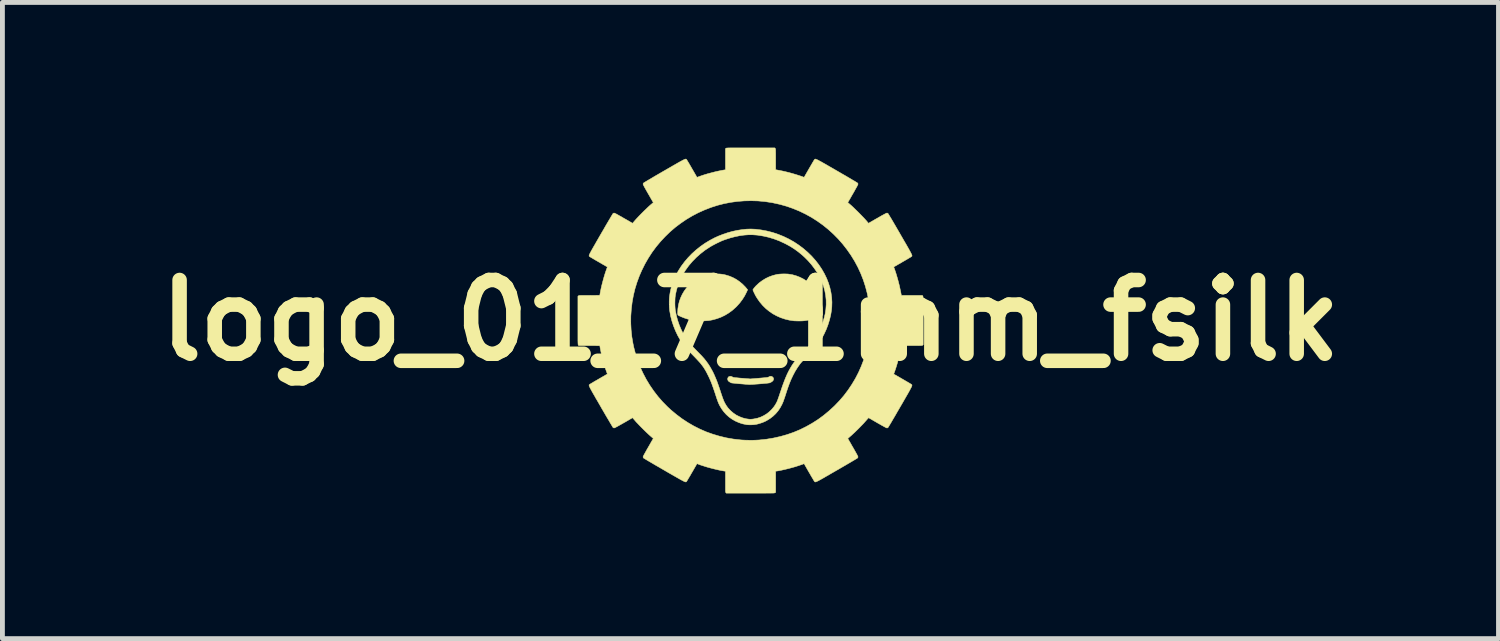
<source format=kicad_pcb>
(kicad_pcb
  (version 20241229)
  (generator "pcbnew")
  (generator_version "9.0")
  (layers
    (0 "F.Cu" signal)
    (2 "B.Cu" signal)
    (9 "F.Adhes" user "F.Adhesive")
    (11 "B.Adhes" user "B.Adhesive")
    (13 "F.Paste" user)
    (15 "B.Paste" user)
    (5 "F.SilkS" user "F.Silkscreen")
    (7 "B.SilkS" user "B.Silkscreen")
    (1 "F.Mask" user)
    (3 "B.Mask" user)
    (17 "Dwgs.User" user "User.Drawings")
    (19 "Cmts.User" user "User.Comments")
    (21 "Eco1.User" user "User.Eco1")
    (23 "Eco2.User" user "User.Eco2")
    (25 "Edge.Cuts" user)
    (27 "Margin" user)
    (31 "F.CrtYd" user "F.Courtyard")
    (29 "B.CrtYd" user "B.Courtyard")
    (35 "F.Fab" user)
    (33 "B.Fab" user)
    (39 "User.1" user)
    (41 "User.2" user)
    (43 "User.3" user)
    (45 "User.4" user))
  (footprint "logo_01_7_1mm_fsilk"
    (layer "F.Cu")
    (at 12.453 3.569)
    (property "Reference" "logo_01_7_1mm_fsilk" (at 0 0 0) (layer "F.SilkS") (effects (font (size 1.524 1.524) (thickness 0.3))))
    (attr through_hole)
    (fp_poly (pts (xy -0.638 -0.959) (xy -0.598 -0.955) (xy -0.559 -0.949) (xy -0.518 -0.94) (xy -0.507 -0.937) (xy -0.432 -0.914) (xy -0.359 -0.883) (xy -0.289 -0.845) (xy -0.223 -0.799) (xy -0.161 -0.747) (xy -0.104 -0.689) (xy -0.088 -0.67) (xy -0.058 -0.634) (xy -0.078 -0.589) (xy -0.119 -0.508) (xy -0.167 -0.432) (xy -0.222 -0.359) (xy -0.284 -0.29) (xy -0.309 -0.266) (xy -0.379 -0.204) (xy -0.453 -0.151) (xy -0.531 -0.104) (xy -0.613 -0.065) (xy -0.699 -0.034) (xy -0.788 -0.01) (xy -0.853 0.002) (xy -0.872 0.004) (xy -0.897 0.006) (xy -0.927 0.008) (xy -0.96 0.01) (xy -0.994 0.011) (xy -1.027 0.011) (xy -1.058 0.011) (xy -1.083 0.011) (xy -1.103 0.01) (xy -1.105 0.01) (xy -1.188 -0.002) (xy -1.272 -0.02) (xy -1.355 -0.046) (xy -1.434 -0.077) (xy -1.453 -0.086) (xy -1.473 -0.095) (xy -1.487 -0.103) (xy -1.496 -0.11) (xy -1.5 -0.119) (xy -1.502 -0.131) (xy -1.503 -0.149) (xy -1.503 -0.157) (xy -1.499 -0.238) (xy -1.487 -0.318) (xy -1.468 -0.395) (xy -1.441 -0.469) (xy -1.408 -0.54) (xy -1.368 -0.607) (xy -1.322 -0.67) (xy -1.27 -0.728) (xy -1.213 -0.78) (xy -1.15 -0.827) (xy -1.083 -0.868) (xy -1.011 -0.902) (xy -0.959 -0.921) (xy -0.914 -0.935) (xy -0.872 -0.945) (xy -0.83 -0.952) (xy -0.785 -0.957) (xy -0.735 -0.959) (xy -0.728 -0.96) (xy -0.68 -0.96) (xy -0.638 -0.959)) (stroke (width 0.01) (type solid)) (fill yes) (layer "F.SilkS"))
    (fp_poly (pts (xy 0.748 -0.959) (xy 0.776 -0.958) (xy 0.783 -0.957) (xy 0.865 -0.944) (xy 0.943 -0.922) (xy 1.019 -0.893) (xy 1.091 -0.857) (xy 1.158 -0.814) (xy 1.221 -0.764) (xy 1.275 -0.712) (xy 1.312 -0.67) (xy 1.345 -0.627) (xy 1.374 -0.582) (xy 1.401 -0.532) (xy 1.414 -0.506) (xy 1.44 -0.447) (xy 1.459 -0.39) (xy 1.474 -0.332) (xy 1.483 -0.271) (xy 1.488 -0.205) (xy 1.489 -0.187) (xy 1.491 -0.11) (xy 1.439 -0.085) (xy 1.366 -0.053) (xy 1.291 -0.028) (xy 1.213 -0.009) (xy 1.129 0.005) (xy 1.103 0.008) (xy 1.081 0.01) (xy 1.052 0.011) (xy 1.02 0.012) (xy 0.986 0.012) (xy 0.953 0.011) (xy 0.923 0.01) (xy 0.898 0.009) (xy 0.892 0.008) (xy 0.8 -0.006) (xy 0.71 -0.028) (xy 0.624 -0.057) (xy 0.541 -0.094) (xy 0.462 -0.137) (xy 0.388 -0.188) (xy 0.318 -0.245) (xy 0.253 -0.309) (xy 0.194 -0.379) (xy 0.141 -0.454) (xy 0.111 -0.503) (xy 0.101 -0.521) (xy 0.091 -0.542) (xy 0.08 -0.564) (xy 0.07 -0.585) (xy 0.061 -0.604) (xy 0.055 -0.619) (xy 0.051 -0.63) (xy 0.051 -0.632) (xy 0.053 -0.638) (xy 0.061 -0.649) (xy 0.071 -0.663) (xy 0.084 -0.679) (xy 0.098 -0.695) (xy 0.112 -0.711) (xy 0.12 -0.719) (xy 0.179 -0.774) (xy 0.244 -0.822) (xy 0.313 -0.865) (xy 0.386 -0.9) (xy 0.463 -0.928) (xy 0.541 -0.948) (xy 0.555 -0.951) (xy 0.579 -0.954) (xy 0.609 -0.957) (xy 0.643 -0.959) (xy 0.679 -0.96) (xy 0.715 -0.96) (xy 0.748 -0.959)) (stroke (width 0.01) (type solid)) (fill yes) (layer "F.SilkS"))
    (fp_poly (pts (xy 0.435 1.156) (xy 0.452 1.164) (xy 0.466 1.177) (xy 0.476 1.193) (xy 0.477 1.196) (xy 0.478 1.214) (xy 0.473 1.232) (xy 0.465 1.246) (xy 0.454 1.257) (xy 0.438 1.269) (xy 0.419 1.28) (xy 0.402 1.288) (xy 0.395 1.291) (xy 0.387 1.292) (xy 0.371 1.294) (xy 0.349 1.297) (xy 0.321 1.3) (xy 0.29 1.302) (xy 0.256 1.306) (xy 0.219 1.309) (xy 0.182 1.312) (xy 0.145 1.315) (xy 0.109 1.317) (xy 0.076 1.32) (xy 0.046 1.322) (xy 0.021 1.323) (xy 0.001 1.324) (xy -0.012 1.325) (xy -0.013 1.325) (xy -0.025 1.324) (xy -0.045 1.323) (xy -0.07 1.321) (xy -0.101 1.319) (xy -0.135 1.316) (xy -0.172 1.313) (xy -0.21 1.31) (xy -0.214 1.31) (xy -0.251 1.307) (xy -0.286 1.303) (xy -0.318 1.3) (xy -0.345 1.297) (xy -0.368 1.295) (xy -0.384 1.293) (xy -0.393 1.291) (xy -0.393 1.291) (xy -0.407 1.285) (xy -0.423 1.276) (xy -0.439 1.265) (xy -0.452 1.256) (xy -0.458 1.25) (xy -0.467 1.233) (xy -0.471 1.214) (xy -0.469 1.195) (xy -0.461 1.178) (xy -0.449 1.164) (xy -0.445 1.162) (xy -0.432 1.158) (xy -0.417 1.155) (xy -0.416 1.155) (xy -0.406 1.155) (xy -0.398 1.157) (xy -0.387 1.161) (xy -0.372 1.168) (xy -0.362 1.174) (xy -0.356 1.176) (xy -0.347 1.178) (xy -0.333 1.18) (xy -0.313 1.183) (xy -0.287 1.185) (xy -0.255 1.188) (xy -0.216 1.192) (xy -0.176 1.195) (xy -0.002 1.209) (xy 0.18 1.194) (xy 0.224 1.19) (xy 0.261 1.187) (xy 0.291 1.184) (xy 0.315 1.182) (xy 0.333 1.18) (xy 0.347 1.178) (xy 0.358 1.176) (xy 0.365 1.174) (xy 0.37 1.172) (xy 0.374 1.17) (xy 0.375 1.17) (xy 0.398 1.158) (xy 0.421 1.154) (xy 0.435 1.156)) (stroke (width 0.01) (type solid)) (fill yes) (layer "F.SilkS"))
    (fp_poly (pts (xy 0.094 -1.884) (xy 0.099 -1.884) (xy 0.22 -1.869) (xy 0.339 -1.847) (xy 0.457 -1.817) (xy 0.571 -1.779) (xy 0.683 -1.734) (xy 0.791 -1.682) (xy 0.895 -1.624) (xy 0.995 -1.558) (xy 1.09 -1.487) (xy 1.181 -1.409) (xy 1.266 -1.326) (xy 1.345 -1.237) (xy 1.413 -1.149) (xy 1.474 -1.058) (xy 1.528 -0.964) (xy 1.574 -0.869) (xy 1.612 -0.772) (xy 1.642 -0.674) (xy 1.664 -0.575) (xy 1.678 -0.476) (xy 1.684 -0.376) (xy 1.681 -0.277) (xy 1.674 -0.207) (xy 1.658 -0.109) (xy 1.633 -0.008) (xy 1.602 0.092) (xy 1.564 0.191) (xy 1.519 0.288) (xy 1.469 0.38) (xy 1.457 0.4) (xy 1.44 0.428) (xy 1.423 0.454) (xy 1.406 0.479) (xy 1.389 0.503) (xy 1.37 0.527) (xy 1.349 0.553) (xy 1.325 0.58) (xy 1.298 0.609) (xy 1.267 0.642) (xy 1.231 0.68) (xy 1.19 0.722) (xy 1.179 0.732) (xy 1.151 0.761) (xy 1.124 0.789) (xy 1.099 0.815) (xy 1.076 0.84) (xy 1.056 0.862) (xy 1.04 0.88) (xy 1.03 0.892) (xy 1.029 0.893) (xy 0.973 0.972) (xy 0.921 1.056) (xy 0.881 1.132) (xy 0.859 1.178) (xy 0.838 1.223) (xy 0.819 1.269) (xy 0.8 1.317) (xy 0.781 1.369) (xy 0.761 1.427) (xy 0.747 1.469) (xy 0.732 1.516) (xy 0.719 1.556) (xy 0.708 1.59) (xy 0.698 1.618) (xy 0.69 1.641) (xy 0.683 1.661) (xy 0.677 1.678) (xy 0.671 1.692) (xy 0.665 1.705) (xy 0.66 1.718) (xy 0.654 1.731) (xy 0.616 1.802) (xy 0.572 1.868) (xy 0.522 1.927) (xy 0.466 1.98) (xy 0.403 2.028) (xy 0.335 2.07) (xy 0.31 2.083) (xy 0.279 2.097) (xy 0.242 2.112) (xy 0.202 2.125) (xy 0.163 2.137) (xy 0.127 2.146) (xy 0.114 2.148) (xy 0.084 2.153) (xy 0.05 2.156) (xy 0.013 2.157) (xy -0.023 2.157) (xy -0.057 2.156) (xy -0.084 2.153) (xy -0.086 2.152) (xy -0.165 2.136) (xy -0.24 2.111) (xy -0.312 2.079) (xy -0.379 2.041) (xy -0.442 1.996) (xy -0.499 1.945) (xy -0.551 1.887) (xy -0.597 1.824) (xy -0.637 1.756) (xy -0.658 1.712) (xy -0.665 1.695) (xy -0.674 1.671) (xy -0.684 1.643) (xy -0.695 1.613) (xy -0.704 1.584) (xy -0.705 1.583) (xy -0.726 1.517) (xy -0.746 1.458) (xy -0.764 1.405) (xy -0.781 1.358) (xy -0.796 1.316) (xy -0.811 1.277) (xy -0.826 1.241) (xy -0.841 1.207) (xy -0.856 1.174) (xy -0.872 1.141) (xy -0.883 1.12) (xy -0.904 1.078) (xy -0.924 1.041) (xy -0.945 1.006) (xy -0.965 0.974) (xy -0.988 0.942) (xy -1.012 0.911) (xy -1.038 0.878) (xy -1.069 0.844) (xy -1.103 0.807) (xy -1.143 0.765) (xy -1.177 0.73) (xy -1.219 0.687) (xy -1.256 0.649) (xy -1.288 0.615) (xy -1.316 0.585) (xy -1.34 0.557) (xy -1.362 0.531) (xy -1.381 0.507) (xy -1.399 0.482) (xy -1.416 0.458) (xy -1.433 0.432) (xy -1.447 0.41) (xy -1.501 0.315) (xy -1.548 0.216) (xy -1.589 0.114) (xy -1.623 0.011) (xy -1.65 -0.094) (xy -1.668 -0.198) (xy -1.671 -0.214) (xy -1.673 -0.242) (xy -1.676 -0.277) (xy -1.677 -0.314) (xy -1.678 -0.354) (xy -1.678 -0.364) (xy -1.56 -0.364) (xy -1.56 -0.323) (xy -1.558 -0.283) (xy -1.556 -0.248) (xy -1.553 -0.218) (xy -1.552 -0.212) (xy -1.532 -0.108) (xy -1.505 -0.004) (xy -1.47 0.097) (xy -1.428 0.196) (xy -1.38 0.291) (xy -1.347 0.347) (xy -1.331 0.372) (xy -1.316 0.395) (xy -1.301 0.417) (xy -1.284 0.439) (xy -1.266 0.461) (xy -1.246 0.485) (xy -1.223 0.51) (xy -1.196 0.539) (xy -1.165 0.571) (xy -1.129 0.609) (xy -1.111 0.627) (xy -1.076 0.663) (xy -1.046 0.694) (xy -1.02 0.72) (xy -0.998 0.743) (xy -0.98 0.764) (xy -0.963 0.782) (xy -0.949 0.799) (xy -0.936 0.815) (xy -0.922 0.832) (xy -0.91 0.849) (xy -0.874 0.898) (xy -0.841 0.949) (xy -0.81 1.003) (xy -0.779 1.059) (xy -0.75 1.12) (xy -0.722 1.185) (xy -0.693 1.255) (xy -0.665 1.333) (xy -0.636 1.417) (xy -0.624 1.454) (xy -0.608 1.503) (xy -0.594 1.544) (xy -0.582 1.58) (xy -0.571 1.61) (xy -0.561 1.636) (xy -0.553 1.657) (xy -0.544 1.677) (xy -0.536 1.694) (xy -0.527 1.711) (xy -0.522 1.72) (xy -0.495 1.765) (xy -0.465 1.806) (xy -0.43 1.845) (xy -0.406 1.869) (xy -0.351 1.916) (xy -0.292 1.956) (xy -0.228 1.988) (xy -0.161 2.014) (xy -0.092 2.032) (xy -0.036 2.04) (xy -0.015 2.042) (xy 0.003 2.042) (xy 0.023 2.041) (xy 0.046 2.039) (xy 0.073 2.035) (xy 0.083 2.033) (xy 0.15 2.019) (xy 0.216 1.996) (xy 0.278 1.966) (xy 0.338 1.929) (xy 0.393 1.885) (xy 0.444 1.835) (xy 0.489 1.78) (xy 0.502 1.761) (xy 0.513 1.744) (xy 0.522 1.729) (xy 0.531 1.713) (xy 0.54 1.696) (xy 0.549 1.678) (xy 0.558 1.657) (xy 0.567 1.633) (xy 0.577 1.604) (xy 0.589 1.571) (xy 0.602 1.532) (xy 0.617 1.487) (xy 0.635 1.435) (xy 0.635 1.433) (xy 0.666 1.343) (xy 0.696 1.262) (xy 0.726 1.186) (xy 0.756 1.117) (xy 0.787 1.053) (xy 0.82 0.993) (xy 0.854 0.936) (xy 0.866 0.917) (xy 0.883 0.892) (xy 0.9 0.868) (xy 0.916 0.845) (xy 0.934 0.823) (xy 0.952 0.8) (xy 0.973 0.776) (xy 0.997 0.75) (xy 1.024 0.72) (xy 1.056 0.687) (xy 1.093 0.65) (xy 1.118 0.624) (xy 1.144 0.597) (xy 1.17 0.571) (xy 1.193 0.547) (xy 1.214 0.525) (xy 1.232 0.506) (xy 1.246 0.492) (xy 1.254 0.483) (xy 1.302 0.421) (xy 1.348 0.353) (xy 1.391 0.279) (xy 1.431 0.2) (xy 1.466 0.118) (xy 1.497 0.033) (xy 1.523 -0.052) (xy 1.543 -0.133) (xy 1.558 -0.229) (xy 1.565 -0.325) (xy 1.564 -0.421) (xy 1.554 -0.517) (xy 1.536 -0.613) (xy 1.51 -0.707) (xy 1.475 -0.801) (xy 1.471 -0.812) (xy 1.429 -0.899) (xy 1.38 -0.986) (xy 1.323 -1.071) (xy 1.26 -1.154) (xy 1.191 -1.233) (xy 1.116 -1.308) (xy 1.065 -1.354) (xy 0.988 -1.417) (xy 0.911 -1.473) (xy 0.83 -1.525) (xy 0.743 -1.573) (xy 0.699 -1.595) (xy 0.593 -1.644) (xy 0.486 -1.684) (xy 0.377 -1.717) (xy 0.266 -1.742) (xy 0.15 -1.761) (xy 0.127 -1.763) (xy 0.045 -1.769) (xy -0.042 -1.769) (xy -0.133 -1.762) (xy -0.226 -1.749) (xy -0.321 -1.729) (xy -0.417 -1.704) (xy -0.513 -1.673) (xy -0.574 -1.651) (xy -0.602 -1.639) (xy -0.636 -1.623) (xy -0.674 -1.605) (xy -0.713 -1.586) (xy -0.751 -1.566) (xy -0.788 -1.546) (xy -0.82 -1.528) (xy -0.838 -1.517) (xy -0.938 -1.451) (xy -1.032 -1.378) (xy -1.119 -1.301) (xy -1.2 -1.218) (xy -1.275 -1.13) (xy -1.342 -1.037) (xy -1.403 -0.94) (xy -1.417 -0.914) (xy -1.45 -0.848) (xy -1.48 -0.776) (xy -1.506 -0.7) (xy -1.529 -0.621) (xy -1.546 -0.543) (xy -1.552 -0.505) (xy -1.556 -0.477) (xy -1.558 -0.443) (xy -1.559 -0.405) (xy -1.56 -0.364) (xy -1.678 -0.364) (xy -1.678 -0.393) (xy -1.677 -0.429) (xy -1.675 -0.461) (xy -1.673 -0.487) (xy -1.661 -0.566) (xy -1.646 -0.639) (xy -1.628 -0.708) (xy -1.607 -0.775) (xy -1.581 -0.841) (xy -1.55 -0.91) (xy -1.541 -0.929) (xy -1.489 -1.025) (xy -1.43 -1.118) (xy -1.363 -1.208) (xy -1.29 -1.294) (xy -1.211 -1.376) (xy -1.126 -1.453) (xy -1.036 -1.525) (xy -0.941 -1.592) (xy -0.842 -1.652) (xy -0.74 -1.706) (xy -0.663 -1.741) (xy -0.566 -1.779) (xy -0.468 -1.812) (xy -0.37 -1.839) (xy -0.272 -1.86) (xy -0.176 -1.875) (xy -0.082 -1.885) (xy 0.008 -1.888) (xy 0.094 -1.884)) (stroke (width 0.01) (type solid)) (fill yes) (layer "F.SilkS"))
    (fp_poly (pts (xy 0.512 -3.553) (xy 0.514 -3.551) (xy 0.516 -3.547) (xy 0.517 -3.543) (xy 0.518 -3.537) (xy 0.519 -3.528) (xy 0.52 -3.516) (xy 0.52 -3.5) (xy 0.52 -3.479) (xy 0.521 -3.452) (xy 0.521 -3.42) (xy 0.521 -3.38) (xy 0.521 -3.333) (xy 0.521 -3.113) (xy 0.596 -3.099) (xy 0.662 -3.086) (xy 0.732 -3.07) (xy 0.804 -3.052) (xy 0.876 -3.032) (xy 0.946 -3.011) (xy 1.012 -2.99) (xy 1.063 -2.973) (xy 1.109 -2.956) (xy 1.211 -3.134) (xy 1.232 -3.17) (xy 1.252 -3.204) (xy 1.27 -3.235) (xy 1.286 -3.263) (xy 1.3 -3.286) (xy 1.311 -3.305) (xy 1.319 -3.317) (xy 1.324 -3.323) (xy 1.324 -3.323) (xy 1.327 -3.326) (xy 1.33 -3.329) (xy 1.333 -3.331) (xy 1.337 -3.333) (xy 1.342 -3.333) (xy 1.348 -3.332) (xy 1.356 -3.329) (xy 1.367 -3.325) (xy 1.38 -3.319) (xy 1.397 -3.311) (xy 1.417 -3.3) (xy 1.441 -3.287) (xy 1.469 -3.272) (xy 1.502 -3.253) (xy 1.54 -3.232) (xy 1.583 -3.207) (xy 1.633 -3.178) (xy 1.689 -3.146) (xy 1.751 -3.11) (xy 1.784 -3.091) (xy 1.839 -3.059) (xy 1.892 -3.028) (xy 1.943 -2.999) (xy 1.991 -2.971) (xy 2.035 -2.945) (xy 2.076 -2.921) (xy 2.112 -2.899) (xy 2.144 -2.881) (xy 2.17 -2.865) (xy 2.191 -2.852) (xy 2.205 -2.844) (xy 2.212 -2.838) (xy 2.213 -2.838) (xy 2.221 -2.827) (xy 2.222 -2.814) (xy 2.221 -2.811) (xy 2.219 -2.804) (xy 2.212 -2.79) (xy 2.202 -2.77) (xy 2.187 -2.743) (xy 2.168 -2.71) (xy 2.146 -2.669) (xy 2.119 -2.622) (xy 2.087 -2.567) (xy 2.052 -2.505) (xy 2.021 -2.453) (xy 2.011 -2.435) (xy 2.067 -2.387) (xy 2.089 -2.368) (xy 2.116 -2.343) (xy 2.146 -2.314) (xy 2.179 -2.282) (xy 2.214 -2.248) (xy 2.248 -2.214) (xy 2.282 -2.179) (xy 2.314 -2.146) (xy 2.344 -2.115) (xy 2.369 -2.088) (xy 2.389 -2.065) (xy 2.392 -2.063) (xy 2.439 -2.006) (xy 2.457 -2.017) (xy 2.523 -2.055) (xy 2.581 -2.089) (xy 2.633 -2.118) (xy 2.678 -2.144) (xy 2.716 -2.166) (xy 2.748 -2.183) (xy 2.774 -2.197) (xy 2.793 -2.207) (xy 2.807 -2.214) (xy 2.814 -2.217) (xy 2.815 -2.217) (xy 2.829 -2.217) (xy 2.839 -2.211) (xy 2.842 -2.209) (xy 2.845 -2.204) (xy 2.853 -2.192) (xy 2.864 -2.174) (xy 2.878 -2.15) (xy 2.896 -2.121) (xy 2.917 -2.086) (xy 2.94 -2.047) (xy 2.965 -2.004) (xy 2.992 -1.958) (xy 3.021 -1.908) (xy 3.051 -1.856) (xy 3.083 -1.801) (xy 3.095 -1.78) (xy 3.133 -1.714) (xy 3.167 -1.655) (xy 3.198 -1.602) (xy 3.225 -1.556) (xy 3.248 -1.515) (xy 3.268 -1.48) (xy 3.285 -1.449) (xy 3.299 -1.423) (xy 3.311 -1.401) (xy 3.32 -1.383) (xy 3.327 -1.368) (xy 3.332 -1.356) (xy 3.336 -1.347) (xy 3.337 -1.34) (xy 3.338 -1.334) (xy 3.337 -1.33) (xy 3.335 -1.326) (xy 3.332 -1.323) (xy 3.329 -1.321) (xy 3.326 -1.319) (xy 3.321 -1.315) (xy 3.309 -1.307) (xy 3.29 -1.296) (xy 3.267 -1.282) (xy 3.24 -1.266) (xy 3.209 -1.248) (xy 3.175 -1.228) (xy 3.139 -1.208) (xy 3.138 -1.207) (xy 2.96 -1.104) (xy 2.975 -1.066) (xy 2.992 -1.016) (xy 3.01 -0.961) (xy 3.028 -0.9) (xy 3.046 -0.837) (xy 3.063 -0.772) (xy 3.079 -0.708) (xy 3.092 -0.646) (xy 3.104 -0.592) (xy 3.118 -0.516) (xy 3.551 -0.516) (xy 3.56 -0.505) (xy 3.561 -0.504) (xy 3.562 -0.501) (xy 3.563 -0.499) (xy 3.564 -0.495) (xy 3.565 -0.489) (xy 3.566 -0.481) (xy 3.567 -0.471) (xy 3.567 -0.458) (xy 3.567 -0.441) (xy 3.568 -0.42) (xy 3.568 -0.394) (xy 3.568 -0.364) (xy 3.568 -0.329) (xy 3.569 -0.287) (xy 3.569 -0.24) (xy 3.569 -0.185) (xy 3.569 -0.124) (xy 3.569 -0.055) (xy 3.569 0.004) (xy 3.569 0.503) (xy 3.558 0.512) (xy 3.555 0.514) (xy 3.552 0.516) (xy 3.547 0.517) (xy 3.541 0.518) (xy 3.532 0.519) (xy 3.52 0.52) (xy 3.504 0.52) (xy 3.483 0.52) (xy 3.457 0.521) (xy 3.424 0.521) (xy 3.384 0.521) (xy 3.337 0.521) (xy 3.118 0.521) (xy 3.104 0.596) (xy 3.09 0.663) (xy 3.074 0.734) (xy 3.055 0.806) (xy 3.036 0.879) (xy 3.015 0.949) (xy 2.994 1.014) (xy 2.977 1.063) (xy 2.96 1.109) (xy 3.138 1.211) (xy 3.174 1.232) (xy 3.208 1.252) (xy 3.239 1.27) (xy 3.267 1.286) (xy 3.29 1.3) (xy 3.308 1.311) (xy 3.321 1.319) (xy 3.327 1.323) (xy 3.327 1.323) (xy 3.33 1.326) (xy 3.333 1.329) (xy 3.336 1.332) (xy 3.337 1.336) (xy 3.337 1.341) (xy 3.336 1.347) (xy 3.334 1.355) (xy 3.33 1.366) (xy 3.324 1.379) (xy 3.316 1.395) (xy 3.305 1.415) (xy 3.293 1.439) (xy 3.277 1.467) (xy 3.259 1.5) (xy 3.237 1.538) (xy 3.212 1.581) (xy 3.184 1.63) (xy 3.152 1.686) (xy 3.116 1.748) (xy 3.095 1.784) (xy 3.063 1.839) (xy 3.032 1.892) (xy 3.003 1.943) (xy 2.975 1.991) (xy 2.949 2.035) (xy 2.925 2.076) (xy 2.904 2.112) (xy 2.885 2.144) (xy 2.869 2.17) (xy 2.857 2.191) (xy 2.848 2.205) (xy 2.843 2.212) (xy 2.842 2.213) (xy 2.831 2.221) (xy 2.818 2.222) (xy 2.815 2.221) (xy 2.808 2.219) (xy 2.794 2.212) (xy 2.773 2.201) (xy 2.746 2.186) (xy 2.713 2.168) (xy 2.675 2.146) (xy 2.632 2.122) (xy 2.62 2.115) (xy 2.441 2.011) (xy 2.428 2.025) (xy 2.421 2.032) (xy 2.41 2.045) (xy 2.395 2.062) (xy 2.378 2.081) (xy 2.36 2.101) (xy 2.359 2.103) (xy 2.333 2.132) (xy 2.301 2.165) (xy 2.266 2.201) (xy 2.229 2.239) (xy 2.191 2.276) (xy 2.154 2.312) (xy 2.118 2.345) (xy 2.086 2.375) (xy 2.067 2.391) (xy 2.011 2.44) (xy 2.021 2.457) (xy 2.06 2.524) (xy 2.094 2.584) (xy 2.125 2.637) (xy 2.151 2.683) (xy 2.173 2.722) (xy 2.191 2.754) (xy 2.204 2.779) (xy 2.214 2.798) (xy 2.22 2.81) (xy 2.221 2.815) (xy 2.221 2.829) (xy 2.215 2.839) (xy 2.213 2.842) (xy 2.209 2.845) (xy 2.197 2.853) (xy 2.179 2.864) (xy 2.154 2.879) (xy 2.125 2.896) (xy 2.09 2.917) (xy 2.051 2.94) (xy 2.008 2.965) (xy 1.962 2.992) (xy 1.912 3.021) (xy 1.86 3.051) (xy 1.806 3.083) (xy 1.784 3.095) (xy 1.718 3.133) (xy 1.659 3.167) (xy 1.607 3.198) (xy 1.56 3.224) (xy 1.52 3.248) (xy 1.484 3.268) (xy 1.454 3.285) (xy 1.428 3.299) (xy 1.406 3.311) (xy 1.388 3.32) (xy 1.373 3.327) (xy 1.361 3.332) (xy 1.352 3.335) (xy 1.345 3.337) (xy 1.339 3.337) (xy 1.335 3.337) (xy 1.331 3.335) (xy 1.328 3.332) (xy 1.325 3.329) (xy 1.323 3.327) (xy 1.319 3.321) (xy 1.311 3.309) (xy 1.3 3.291) (xy 1.287 3.268) (xy 1.27 3.24) (xy 1.252 3.21) (xy 1.233 3.176) (xy 1.212 3.14) (xy 1.211 3.139) (xy 1.109 2.96) (xy 1.063 2.977) (xy 0.998 2.999) (xy 0.927 3.022) (xy 0.853 3.043) (xy 0.777 3.063) (xy 0.702 3.081) (xy 0.63 3.097) (xy 0.563 3.11) (xy 0.551 3.111) (xy 0.521 3.116) (xy 0.521 3.551) (xy 0.51 3.56) (xy 0.508 3.561) (xy 0.506 3.562) (xy 0.503 3.563) (xy 0.499 3.564) (xy 0.493 3.565) (xy 0.486 3.566) (xy 0.475 3.567) (xy 0.462 3.567) (xy 0.445 3.567) (xy 0.424 3.568) (xy 0.399 3.568) (xy 0.368 3.568) (xy 0.333 3.568) (xy 0.292 3.569) (xy 0.244 3.569) (xy 0.19 3.569) (xy 0.128 3.569) (xy 0.059 3.569) (xy -0.000263 3.569) (xy -0.499 3.569) (xy -0.508 3.558) (xy -0.51 3.555) (xy -0.511 3.552) (xy -0.513 3.547) (xy -0.514 3.541) (xy -0.515 3.532) (xy -0.515 3.52) (xy -0.516 3.504) (xy -0.516 3.483) (xy -0.516 3.457) (xy -0.516 3.424) (xy -0.516 3.384) (xy -0.516 3.337) (xy -0.516 3.116) (xy -0.547 3.111) (xy -0.611 3.1) (xy -0.68 3.085) (xy -0.752 3.068) (xy -0.826 3.049) (xy -0.899 3.029) (xy -0.969 3.007) (xy -1.034 2.986) (xy -1.076 2.97) (xy -1.104 2.96) (xy -1.207 3.138) (xy -1.228 3.174) (xy -1.247 3.208) (xy -1.266 3.239) (xy -1.282 3.266) (xy -1.296 3.29) (xy -1.307 3.308) (xy -1.315 3.321) (xy -1.319 3.327) (xy -1.319 3.327) (xy -1.322 3.33) (xy -1.325 3.333) (xy -1.328 3.336) (xy -1.332 3.337) (xy -1.336 3.337) (xy -1.343 3.336) (xy -1.351 3.334) (xy -1.361 3.33) (xy -1.375 3.324) (xy -1.391 3.316) (xy -1.411 3.305) (xy -1.435 3.293) (xy -1.463 3.277) (xy -1.495 3.259) (xy -1.533 3.237) (xy -1.577 3.212) (xy -1.626 3.184) (xy -1.682 3.152) (xy -1.744 3.116) (xy -1.78 3.095) (xy -1.835 3.063) (xy -1.888 3.032) (xy -1.939 3.003) (xy -1.987 2.975) (xy -2.031 2.949) (xy -2.072 2.925) (xy -2.108 2.904) (xy -2.14 2.885) (xy -2.166 2.869) (xy -2.186 2.857) (xy -2.201 2.848) (xy -2.208 2.843) (xy -2.209 2.842) (xy -2.216 2.831) (xy -2.217 2.819) (xy -2.217 2.815) (xy -2.215 2.808) (xy -2.208 2.795) (xy -2.198 2.775) (xy -2.183 2.748) (xy -2.164 2.714) (xy -2.142 2.674) (xy -2.114 2.626) (xy -2.083 2.572) (xy -2.048 2.51) (xy -2.017 2.457) (xy -2.006 2.44) (xy -2.067 2.387) (xy -2.093 2.364) (xy -2.123 2.336) (xy -2.157 2.304) (xy -2.193 2.269) (xy -2.229 2.233) (xy -2.266 2.196) (xy -2.3 2.161) (xy -2.332 2.127) (xy -2.361 2.097) (xy -2.383 2.071) (xy -2.435 2.011) (xy -2.453 2.021) (xy -2.52 2.06) (xy -2.58 2.095) (xy -2.633 2.125) (xy -2.679 2.151) (xy -2.718 2.173) (xy -2.75 2.191) (xy -2.775 2.204) (xy -2.794 2.214) (xy -2.806 2.22) (xy -2.811 2.221) (xy -2.824 2.221) (xy -2.835 2.215) (xy -2.838 2.213) (xy -2.841 2.209) (xy -2.849 2.197) (xy -2.86 2.179) (xy -2.874 2.154) (xy -2.892 2.125) (xy -2.912 2.09) (xy -2.935 2.051) (xy -2.961 2.008) (xy -2.988 1.962) (xy -3.017 1.912) (xy -3.047 1.86) (xy -3.079 1.806) (xy -3.091 1.784) (xy -3.129 1.718) (xy -3.163 1.659) (xy -3.194 1.607) (xy -3.22 1.56) (xy -3.244 1.519) (xy -3.264 1.484) (xy -3.281 1.453) (xy -3.295 1.427) (xy -3.307 1.406) (xy -3.316 1.387) (xy -3.323 1.373) (xy -3.328 1.361) (xy -3.331 1.351) (xy -3.333 1.344) (xy -3.333 1.338) (xy -3.333 1.334) (xy -3.331 1.331) (xy -3.328 1.328) (xy -3.325 1.325) (xy -3.322 1.323) (xy -3.317 1.319) (xy -3.304 1.311) (xy -3.286 1.3) (xy -3.263 1.287) (xy -3.236 1.27) (xy -3.205 1.252) (xy -3.171 1.233) (xy -3.135 1.212) (xy -3.134 1.211) (xy -2.956 1.108) (xy -2.965 1.082) (xy -2.988 1.018) (xy -3.011 0.948) (xy -3.033 0.873) (xy -3.054 0.796) (xy -3.073 0.72) (xy -3.089 0.646) (xy -3.101 0.587) (xy -3.105 0.566) (xy -3.108 0.547) (xy -3.11 0.533) (xy -3.111 0.526) (xy -3.111 0.525) (xy -3.116 0.524) (xy -3.128 0.523) (xy -3.147 0.522) (xy -3.174 0.522) (xy -3.207 0.521) (xy -3.246 0.521) (xy -3.29 0.521) (xy -3.329 0.521) (xy -3.547 0.521) (xy -3.556 0.51) (xy -3.557 0.508) (xy -3.558 0.506) (xy -3.559 0.503) (xy -3.56 0.499) (xy -3.561 0.493) (xy -3.562 0.486) (xy -3.562 0.475) (xy -3.563 0.462) (xy -3.563 0.445) (xy -3.564 0.424) (xy -3.564 0.399) (xy -3.564 0.368) (xy -3.564 0.333) (xy -3.564 0.292) (xy -3.564 0.244) (xy -3.564 0.19) (xy -3.564 0.128) (xy -3.564 0.059) (xy -3.564 0.053) (xy -2.472 0.053) (xy -2.465 0.196) (xy -2.45 0.338) (xy -2.426 0.479) (xy -2.41 0.555) (xy -2.374 0.693) (xy -2.33 0.83) (xy -2.279 0.963) (xy -2.219 1.092) (xy -2.153 1.218) (xy -2.079 1.34) (xy -1.998 1.458) (xy -1.911 1.571) (xy -1.817 1.679) (xy -1.716 1.782) (xy -1.643 1.85) (xy -1.53 1.944) (xy -1.414 2.031) (xy -1.294 2.11) (xy -1.17 2.182) (xy -1.043 2.246) (xy -0.912 2.303) (xy -0.777 2.351) (xy -0.639 2.392) (xy -0.498 2.426) (xy -0.355 2.451) (xy -0.208 2.468) (xy -0.188 2.47) (xy -0.152 2.472) (xy -0.109 2.474) (xy -0.061 2.475) (xy -0.012 2.476) (xy 0.039 2.476) (xy 0.088 2.475) (xy 0.133 2.473) (xy 0.173 2.471) (xy 0.186 2.47) (xy 0.334 2.454) (xy 0.478 2.43) (xy 0.62 2.398) (xy 0.758 2.359) (xy 0.893 2.312) (xy 1.025 2.257) (xy 1.152 2.194) (xy 1.276 2.124) (xy 1.397 2.047) (xy 1.513 1.962) (xy 1.625 1.869) (xy 1.733 1.77) (xy 1.737 1.766) (xy 1.837 1.662) (xy 1.931 1.553) (xy 2.017 1.439) (xy 2.096 1.321) (xy 2.169 1.199) (xy 2.234 1.073) (xy 2.291 0.944) (xy 2.341 0.812) (xy 2.384 0.676) (xy 2.418 0.539) (xy 2.445 0.399) (xy 2.464 0.257) (xy 2.474 0.113) (xy 2.477 0.002) (xy 2.472 -0.142) (xy 2.46 -0.285) (xy 2.44 -0.426) (xy 2.411 -0.566) (xy 2.375 -0.703) (xy 2.331 -0.838) (xy 2.279 -0.97) (xy 2.22 -1.098) (xy 2.154 -1.221) (xy 2.078 -1.345) (xy 1.995 -1.464) (xy 1.907 -1.577) (xy 1.813 -1.684) (xy 1.713 -1.785) (xy 1.608 -1.88) (xy 1.498 -1.969) (xy 1.383 -2.051) (xy 1.264 -2.127) (xy 1.141 -2.195) (xy 1.013 -2.257) (xy 0.882 -2.311) (xy 0.748 -2.358) (xy 0.61 -2.397) (xy 0.469 -2.428) (xy 0.438 -2.434) (xy 0.298 -2.455) (xy 0.157 -2.468) (xy 0.015 -2.472) (xy -0.127 -2.469) (xy -0.268 -2.458) (xy -0.408 -2.439) (xy -0.546 -2.412) (xy -0.675 -2.379) (xy -0.813 -2.335) (xy -0.947 -2.283) (xy -1.077 -2.225) (xy -1.203 -2.159) (xy -1.324 -2.087) (xy -1.441 -2.007) (xy -1.554 -1.922) (xy -1.661 -1.83) (xy -1.762 -1.732) (xy -1.858 -1.629) (xy -1.949 -1.52) (xy -2.033 -1.406) (xy -2.11 -1.287) (xy -2.181 -1.163) (xy -2.245 -1.034) (xy -2.295 -0.919) (xy -2.344 -0.786) (xy -2.386 -0.65) (xy -2.419 -0.512) (xy -2.444 -0.372) (xy -2.461 -0.231) (xy -2.471 -0.089) (xy -2.472 0.053) (xy -3.564 0.053) (xy -3.564 -0.499) (xy -3.553 -0.508) (xy -3.551 -0.51) (xy -3.547 -0.511) (xy -3.543 -0.513) (xy -3.537 -0.514) (xy -3.528 -0.515) (xy -3.516 -0.515) (xy -3.5 -0.516) (xy -3.479 -0.516) (xy -3.453 -0.516) (xy -3.42 -0.516) (xy -3.38 -0.516) (xy -3.333 -0.516) (xy -3.327 -0.516) (xy -3.279 -0.517) (xy -3.236 -0.517) (xy -3.198 -0.517) (xy -3.167 -0.518) (xy -3.142 -0.518) (xy -3.124 -0.519) (xy -3.114 -0.52) (xy -3.111 -0.52) (xy -3.111 -0.526) (xy -3.109 -0.538) (xy -3.106 -0.555) (xy -3.102 -0.576) (xy -3.101 -0.583) (xy -3.087 -0.654) (xy -3.07 -0.728) (xy -3.05 -0.805) (xy -3.029 -0.882) (xy -3.007 -0.956) (xy -2.984 -1.025) (xy -2.965 -1.078) (xy -2.956 -1.104) (xy -3.134 -1.207) (xy -3.17 -1.228) (xy -3.203 -1.247) (xy -3.235 -1.266) (xy -3.262 -1.282) (xy -3.286 -1.296) (xy -3.304 -1.307) (xy -3.317 -1.315) (xy -3.323 -1.319) (xy -3.323 -1.319) (xy -3.326 -1.322) (xy -3.329 -1.325) (xy -3.331 -1.328) (xy -3.333 -1.332) (xy -3.333 -1.336) (xy -3.332 -1.343) (xy -3.33 -1.351) (xy -3.326 -1.361) (xy -3.32 -1.375) (xy -3.312 -1.391) (xy -3.301 -1.411) (xy -3.289 -1.434) (xy -3.273 -1.463) (xy -3.255 -1.495) (xy -3.233 -1.533) (xy -3.208 -1.576) (xy -3.18 -1.626) (xy -3.148 -1.681) (xy -3.112 -1.744) (xy -3.091 -1.78) (xy -3.059 -1.835) (xy -3.028 -1.888) (xy -2.999 -1.939) (xy -2.971 -1.987) (xy -2.945 -2.031) (xy -2.921 -2.072) (xy -2.899 -2.108) (xy -2.881 -2.14) (xy -2.865 -2.166) (xy -2.853 -2.186) (xy -2.844 -2.201) (xy -2.839 -2.208) (xy -2.838 -2.209) (xy -2.827 -2.216) (xy -2.814 -2.217) (xy -2.811 -2.217) (xy -2.804 -2.215) (xy -2.791 -2.208) (xy -2.77 -2.198) (xy -2.743 -2.183) (xy -2.71 -2.164) (xy -2.669 -2.142) (xy -2.622 -2.114) (xy -2.567 -2.083) (xy -2.506 -2.048) (xy -2.453 -2.017) (xy -2.435 -2.006) (xy -2.383 -2.067) (xy -2.36 -2.093) (xy -2.332 -2.123) (xy -2.3 -2.157) (xy -2.265 -2.193) (xy -2.229 -2.229) (xy -2.192 -2.266) (xy -2.156 -2.3) (xy -2.123 -2.332) (xy -2.092 -2.361) (xy -2.067 -2.383) (xy -2.006 -2.435) (xy -2.017 -2.453) (xy -2.056 -2.52) (xy -2.09 -2.58) (xy -2.121 -2.633) (xy -2.147 -2.679) (xy -2.169 -2.718) (xy -2.187 -2.75) (xy -2.2 -2.775) (xy -2.21 -2.794) (xy -2.215 -2.806) (xy -2.217 -2.811) (xy -2.217 -2.824) (xy -2.211 -2.835) (xy -2.209 -2.838) (xy -2.204 -2.841) (xy -2.192 -2.849) (xy -2.174 -2.86) (xy -2.15 -2.874) (xy -2.121 -2.892) (xy -2.086 -2.912) (xy -2.047 -2.935) (xy -2.004 -2.961) (xy -1.958 -2.988) (xy -1.908 -3.017) (xy -1.856 -3.047) (xy -1.801 -3.079) (xy -1.78 -3.091) (xy -1.714 -3.129) (xy -1.655 -3.163) (xy -1.602 -3.194) (xy -1.556 -3.22) (xy -1.515 -3.244) (xy -1.48 -3.264) (xy -1.449 -3.281) (xy -1.423 -3.295) (xy -1.401 -3.307) (xy -1.383 -3.316) (xy -1.368 -3.323) (xy -1.356 -3.328) (xy -1.347 -3.331) (xy -1.34 -3.333) (xy -1.334 -3.333) (xy -1.33 -3.332) (xy -1.326 -3.331) (xy -1.323 -3.328) (xy -1.321 -3.325) (xy -1.319 -3.322) (xy -1.315 -3.317) (xy -1.307 -3.304) (xy -1.296 -3.286) (xy -1.282 -3.263) (xy -1.266 -3.236) (xy -1.248 -3.205) (xy -1.228 -3.171) (xy -1.208 -3.135) (xy -1.207 -3.134) (xy -1.104 -2.956) (xy -1.076 -2.966) (xy -1.017 -2.987) (xy -0.951 -3.009) (xy -0.881 -3.03) (xy -0.808 -3.049) (xy -0.736 -3.068) (xy -0.665 -3.084) (xy -0.597 -3.098) (xy -0.547 -3.107) (xy -0.516 -3.112) (xy -0.516 -3.547) (xy -0.505 -3.556) (xy -0.504 -3.557) (xy -0.501 -3.558) (xy -0.499 -3.559) (xy -0.495 -3.56) (xy -0.489 -3.561) (xy -0.481 -3.562) (xy -0.471 -3.562) (xy -0.458 -3.563) (xy -0.441 -3.563) (xy -0.42 -3.564) (xy -0.394 -3.564) (xy -0.364 -3.564) (xy -0.329 -3.564) (xy -0.287 -3.564) (xy -0.24 -3.564) (xy -0.185 -3.564) (xy -0.124 -3.564) (xy -0.055 -3.564) (xy 0.503 -3.564) (xy 0.512 -3.553)) (stroke (width 0.01) (type solid)) (fill yes) (layer "F.SilkS")))
  (gr_rect
    (start -3 -3)
    (end 27.907 10.143)
    (stroke (width 0.1) (type default))
    (fill no)
    (layer "Edge.Cuts")))
</source>
